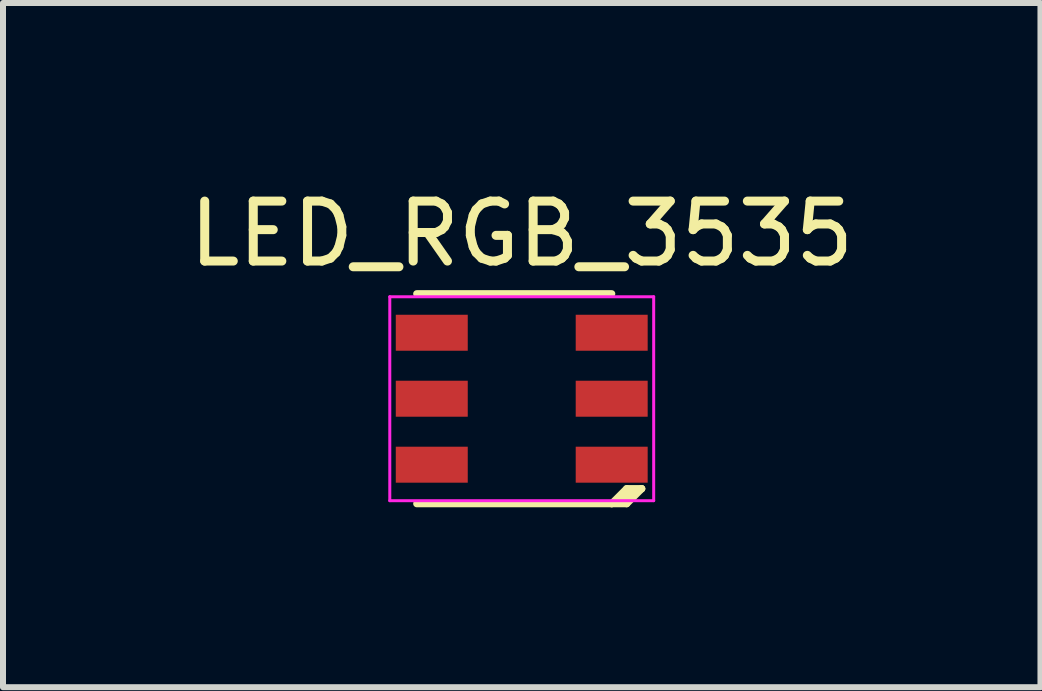
<source format=kicad_pcb>
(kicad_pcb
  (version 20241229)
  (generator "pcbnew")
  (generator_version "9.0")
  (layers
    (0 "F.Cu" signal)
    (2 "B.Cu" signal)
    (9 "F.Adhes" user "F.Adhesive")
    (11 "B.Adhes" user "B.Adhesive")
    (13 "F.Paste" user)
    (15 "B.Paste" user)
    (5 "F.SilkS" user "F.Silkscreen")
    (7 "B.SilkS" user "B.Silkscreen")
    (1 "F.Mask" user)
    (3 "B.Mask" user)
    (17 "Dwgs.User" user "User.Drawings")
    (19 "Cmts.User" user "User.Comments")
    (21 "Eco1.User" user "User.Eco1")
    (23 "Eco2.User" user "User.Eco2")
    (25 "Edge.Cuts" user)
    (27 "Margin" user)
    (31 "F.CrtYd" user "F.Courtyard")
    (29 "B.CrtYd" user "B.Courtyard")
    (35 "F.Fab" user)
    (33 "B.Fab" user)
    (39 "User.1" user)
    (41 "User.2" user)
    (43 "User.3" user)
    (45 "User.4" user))
  (footprint "LED_RGB_3535"
    (layer "F.Cu")
    (at 5.649 3.598)
    (property "Reference" "LED_RGB_3535" (at 0 -2.75 180) (layer "F.SilkS") (effects (font (size 1 1) (thickness 0.15))))
    (attr smd)
    (fp_line (start -1.75 -1.75) (end 1.5 -1.75) (stroke (width 0.12) (type solid)) (layer "F.SilkS"))
    (fp_line (start 1.75 1.5) (end 1.5 1.75) (stroke (width 0.12) (type solid)) (layer "F.SilkS"))
    (fp_line (start 1.75 1.75) (end -1.75 1.75) (stroke (width 0.12) (type solid)) (layer "F.SilkS"))
    (fp_line (start 1.75 1.75) (end 2 1.5) (stroke (width 0.12) (type solid)) (layer "F.SilkS"))
    (fp_line (start 2 1.5) (end 1.5 1.75) (stroke (width 0.12) (type solid)) (layer "F.SilkS"))
    (fp_line (start 2 1.5) (end 1.75 1.5) (stroke (width 0.12) (type solid)) (layer "F.SilkS"))
    (fp_line (start -2.2 -1.7) (end 2.2 -1.7) (stroke (width 0.05) (type solid)) (layer "F.CrtYd"))
    (fp_line (start -2.2 1.7) (end -2.2 -1.7) (stroke (width 0.05) (type solid)) (layer "F.CrtYd"))
    (fp_line (start 2.2 -1.7) (end 2.2 1.7) (stroke (width 0.05) (type solid)) (layer "F.CrtYd"))
    (fp_line (start 2.2 1.7) (end -2.2 1.7) (stroke (width 0.05) (type solid)) (layer "F.CrtYd"))
    (pad "1" smd rect (at 1.5 1.1 90) (size 0.6 1.2) (layers "F.Cu" "F.Mask" "F.Paste"))
    (pad "2" smd rect (at 1.5 0 90) (size 0.6 1.2) (layers "F.Cu" "F.Mask" "F.Paste"))
    (pad "3" smd rect (at 1.5 -1.1 90) (size 0.6 1.2) (layers "F.Cu" "F.Mask" "F.Paste"))
    (pad "4" smd rect (at -1.5 -1.1 90) (size 0.6 1.2) (layers "F.Cu" "F.Mask" "F.Paste"))
    (pad "5" smd rect (at -1.5 0 90) (size 0.6 1.2) (layers "F.Cu" "F.Mask" "F.Paste"))
    (pad "6" smd rect (at -1.5 1.1 90) (size 0.6 1.2) (layers "F.Cu" "F.Mask" "F.Paste")))
  (gr_rect
    (start -3 -3)
    (end 14.298 8.408)
    (stroke (width 0.1) (type default))
    (fill no)
    (layer "Edge.Cuts")))
</source>
